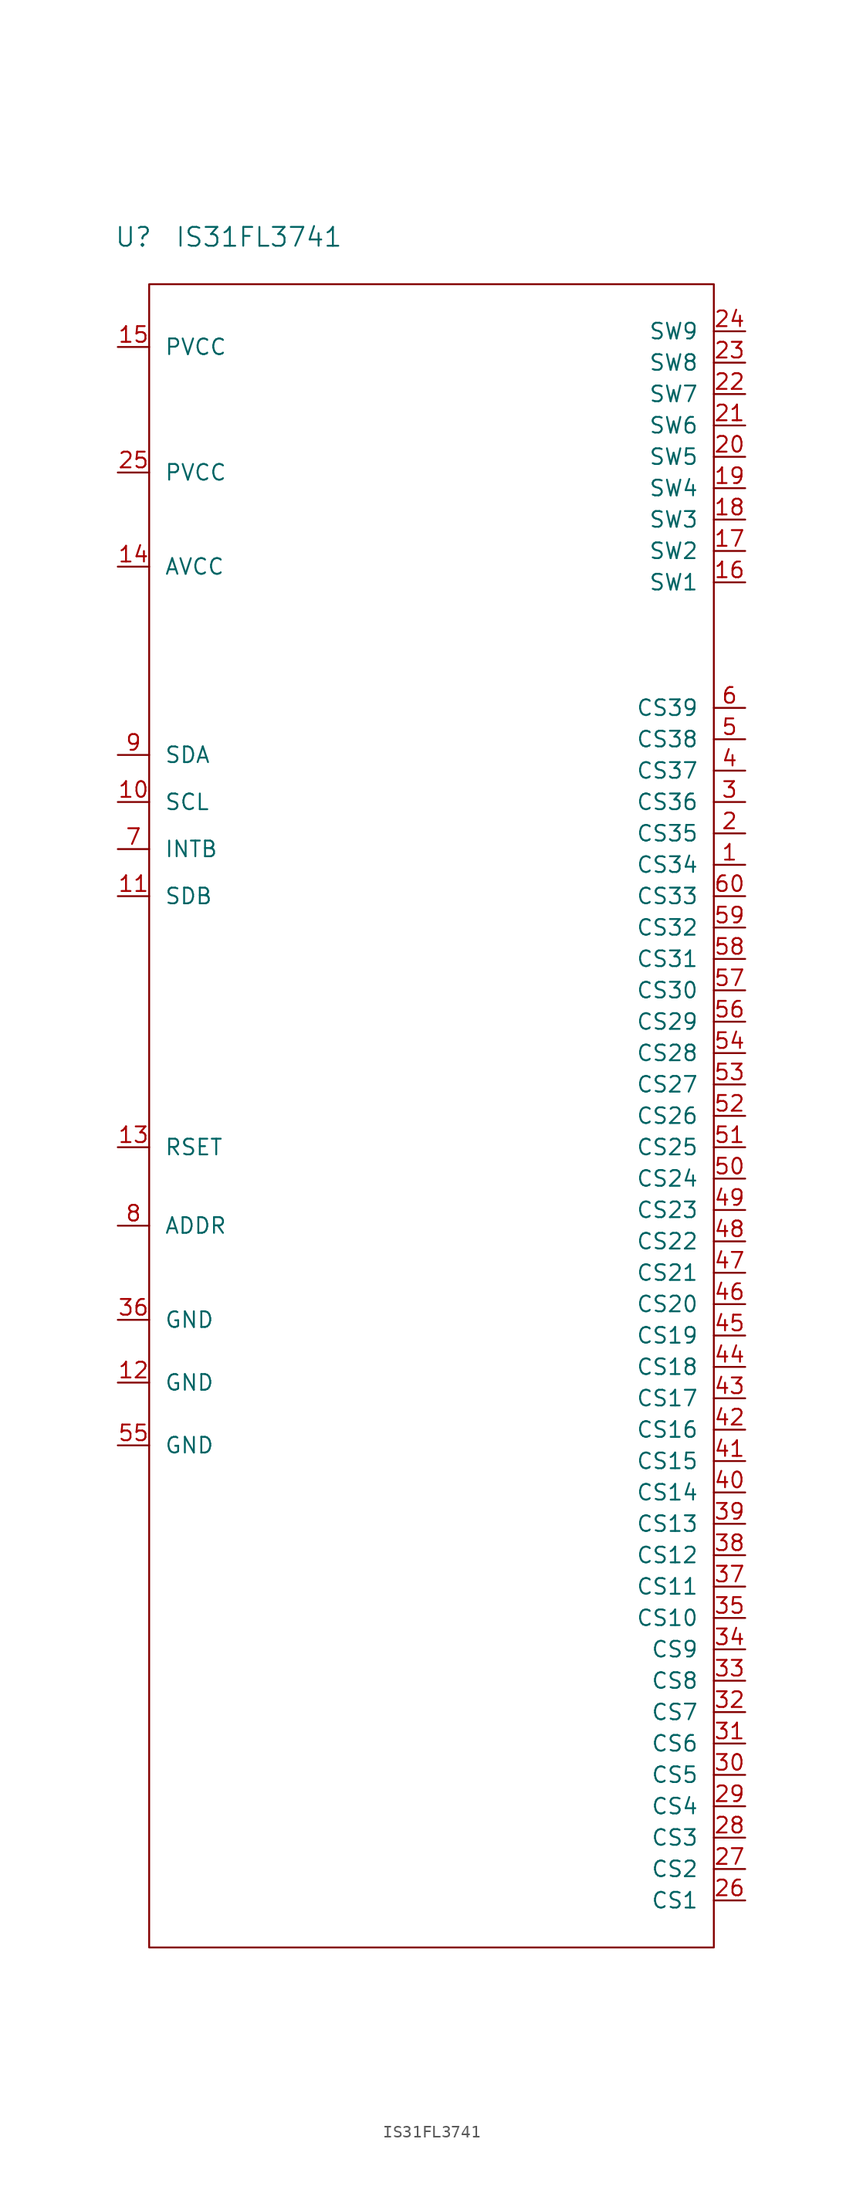
<source format=kicad_sym>
(kicad_symbol_lib
  (version 20201005)
  (generator kicad_symbol_editor)
  (symbol "IS31FL3741"
    (pin_names
      (offset 1.219))
    (property "Reference" "U"
      (at -25.4 58.42 0)
      (effects (font (size 1.524 1.524))))
    (property "Value" "IS31FL3741"
      (at -15.24 58.42 0)
      (effects (font (size 1.524 1.524))))
    (symbol "IS31FL3741_0_1"
      (rectangle (start -24.13 54.61) (end 21.59 -80.01) (stroke (width 0)) (fill (type none))))
    (symbol "IS31FL3741_1_1"
      (pin passive line (at 24.13 7.62 180) (length 2.54) (name "CS34" (effects (font (size 1.27 1.27)))) (number "1" (effects (font (size 1.27 1.27)))))
      (pin input line (at -26.67 12.7 0) (length 2.54) (name "SCL" (effects (font (size 1.27 1.27)))) (number "10" (effects (font (size 1.27 1.27)))))
      (pin input line (at -26.67 5.08 0) (length 2.54) (name "SDB" (effects (font (size 1.27 1.27)))) (number "11" (effects (font (size 1.27 1.27)))))
      (pin input line (at -26.67 -34.29 0) (length 2.54) (name "GND" (effects (font (size 1.27 1.27)))) (number "12" (effects (font (size 1.27 1.27)))))
      (pin input line (at -26.67 -15.24 0) (length 2.54) (name "RSET" (effects (font (size 1.27 1.27)))) (number "13" (effects (font (size 1.27 1.27)))))
      (pin power_in line (at -26.67 31.75 0) (length 2.54) (name "AVCC" (effects (font (size 1.27 1.27)))) (number "14" (effects (font (size 1.27 1.27)))))
      (pin power_in line (at -26.67 49.53 0) (length 2.54) (name "PVCC" (effects (font (size 1.27 1.27)))) (number "15" (effects (font (size 1.27 1.27)))))
      (pin passive line (at 24.13 30.48 180) (length 2.54) (name "SW1" (effects (font (size 1.27 1.27)))) (number "16" (effects (font (size 1.27 1.27)))))
      (pin passive line (at 24.13 33.02 180) (length 2.54) (name "SW2" (effects (font (size 1.27 1.27)))) (number "17" (effects (font (size 1.27 1.27)))))
      (pin passive line (at 24.13 35.56 180) (length 2.54) (name "SW3" (effects (font (size 1.27 1.27)))) (number "18" (effects (font (size 1.27 1.27)))))
      (pin passive line (at 24.13 38.1 180) (length 2.54) (name "SW4" (effects (font (size 1.27 1.27)))) (number "19" (effects (font (size 1.27 1.27)))))
      (pin passive line (at 24.13 10.16 180) (length 2.54) (name "CS35" (effects (font (size 1.27 1.27)))) (number "2" (effects (font (size 1.27 1.27)))))
      (pin passive line (at 24.13 40.64 180) (length 2.54) (name "SW5" (effects (font (size 1.27 1.27)))) (number "20" (effects (font (size 1.27 1.27)))))
      (pin passive line (at 24.13 43.18 180) (length 2.54) (name "SW6" (effects (font (size 1.27 1.27)))) (number "21" (effects (font (size 1.27 1.27)))))
      (pin passive line (at 24.13 45.72 180) (length 2.54) (name "SW7" (effects (font (size 1.27 1.27)))) (number "22" (effects (font (size 1.27 1.27)))))
      (pin passive line (at 24.13 48.26 180) (length 2.54) (name "SW8" (effects (font (size 1.27 1.27)))) (number "23" (effects (font (size 1.27 1.27)))))
      (pin passive line (at 24.13 50.8 180) (length 2.54) (name "SW9" (effects (font (size 1.27 1.27)))) (number "24" (effects (font (size 1.27 1.27)))))
      (pin power_in line (at -26.67 39.37 0) (length 2.54) (name "PVCC" (effects (font (size 1.27 1.27)))) (number "25" (effects (font (size 1.27 1.27)))))
      (pin passive line (at 24.13 -76.2 180) (length 2.54) (name "CS1" (effects (font (size 1.27 1.27)))) (number "26" (effects (font (size 1.27 1.27)))))
      (pin passive line (at 24.13 -73.66 180) (length 2.54) (name "CS2" (effects (font (size 1.27 1.27)))) (number "27" (effects (font (size 1.27 1.27)))))
      (pin passive line (at 24.13 -71.12 180) (length 2.54) (name "CS3" (effects (font (size 1.27 1.27)))) (number "28" (effects (font (size 1.27 1.27)))))
      (pin passive line (at 24.13 -68.58 180) (length 2.54) (name "CS4" (effects (font (size 1.27 1.27)))) (number "29" (effects (font (size 1.27 1.27)))))
      (pin passive line (at 24.13 12.7 180) (length 2.54) (name "CS36" (effects (font (size 1.27 1.27)))) (number "3" (effects (font (size 1.27 1.27)))))
      (pin passive line (at 24.13 -66.04 180) (length 2.54) (name "CS5" (effects (font (size 1.27 1.27)))) (number "30" (effects (font (size 1.27 1.27)))))
      (pin passive line (at 24.13 -63.5 180) (length 2.54) (name "CS6" (effects (font (size 1.27 1.27)))) (number "31" (effects (font (size 1.27 1.27)))))
      (pin passive line (at 24.13 -60.96 180) (length 2.54) (name "CS7" (effects (font (size 1.27 1.27)))) (number "32" (effects (font (size 1.27 1.27)))))
      (pin passive line (at 24.13 -58.42 180) (length 2.54) (name "CS8" (effects (font (size 1.27 1.27)))) (number "33" (effects (font (size 1.27 1.27)))))
      (pin passive line (at 24.13 -55.88 180) (length 2.54) (name "CS9" (effects (font (size 1.27 1.27)))) (number "34" (effects (font (size 1.27 1.27)))))
      (pin passive line (at 24.13 -53.34 180) (length 2.54) (name "CS10" (effects (font (size 1.27 1.27)))) (number "35" (effects (font (size 1.27 1.27)))))
      (pin input line (at -26.67 -29.21 0) (length 2.54) (name "GND" (effects (font (size 1.27 1.27)))) (number "36" (effects (font (size 1.27 1.27)))))
      (pin passive line (at 24.13 -50.8 180) (length 2.54) (name "CS11" (effects (font (size 1.27 1.27)))) (number "37" (effects (font (size 1.27 1.27)))))
      (pin passive line (at 24.13 -48.26 180) (length 2.54) (name "CS12" (effects (font (size 1.27 1.27)))) (number "38" (effects (font (size 1.27 1.27)))))
      (pin passive line (at 24.13 -45.72 180) (length 2.54) (name "CS13" (effects (font (size 1.27 1.27)))) (number "39" (effects (font (size 1.27 1.27)))))
      (pin passive line (at 24.13 15.24 180) (length 2.54) (name "CS37" (effects (font (size 1.27 1.27)))) (number "4" (effects (font (size 1.27 1.27)))))
      (pin passive line (at 24.13 -43.18 180) (length 2.54) (name "CS14" (effects (font (size 1.27 1.27)))) (number "40" (effects (font (size 1.27 1.27)))))
      (pin passive line (at 24.13 -40.64 180) (length 2.54) (name "CS15" (effects (font (size 1.27 1.27)))) (number "41" (effects (font (size 1.27 1.27)))))
      (pin passive line (at 24.13 -38.1 180) (length 2.54) (name "CS16" (effects (font (size 1.27 1.27)))) (number "42" (effects (font (size 1.27 1.27)))))
      (pin passive line (at 24.13 -35.56 180) (length 2.54) (name "CS17" (effects (font (size 1.27 1.27)))) (number "43" (effects (font (size 1.27 1.27)))))
      (pin passive line (at 24.13 -33.02 180) (length 2.54) (name "CS18" (effects (font (size 1.27 1.27)))) (number "44" (effects (font (size 1.27 1.27)))))
      (pin passive line (at 24.13 -30.48 180) (length 2.54) (name "CS19" (effects (font (size 1.27 1.27)))) (number "45" (effects (font (size 1.27 1.27)))))
      (pin passive line (at 24.13 -27.94 180) (length 2.54) (name "CS20" (effects (font (size 1.27 1.27)))) (number "46" (effects (font (size 1.27 1.27)))))
      (pin passive line (at 24.13 -25.4 180) (length 2.54) (name "CS21" (effects (font (size 1.27 1.27)))) (number "47" (effects (font (size 1.27 1.27)))))
      (pin passive line (at 24.13 -22.86 180) (length 2.54) (name "CS22" (effects (font (size 1.27 1.27)))) (number "48" (effects (font (size 1.27 1.27)))))
      (pin passive line (at 24.13 -20.32 180) (length 2.54) (name "CS23" (effects (font (size 1.27 1.27)))) (number "49" (effects (font (size 1.27 1.27)))))
      (pin passive line (at 24.13 17.78 180) (length 2.54) (name "CS38" (effects (font (size 1.27 1.27)))) (number "5" (effects (font (size 1.27 1.27)))))
      (pin passive line (at 24.13 -17.78 180) (length 2.54) (name "CS24" (effects (font (size 1.27 1.27)))) (number "50" (effects (font (size 1.27 1.27)))))
      (pin passive line (at 24.13 -15.24 180) (length 2.54) (name "CS25" (effects (font (size 1.27 1.27)))) (number "51" (effects (font (size 1.27 1.27)))))
      (pin passive line (at 24.13 -12.7 180) (length 2.54) (name "CS26" (effects (font (size 1.27 1.27)))) (number "52" (effects (font (size 1.27 1.27)))))
      (pin passive line (at 24.13 -10.16 180) (length 2.54) (name "CS27" (effects (font (size 1.27 1.27)))) (number "53" (effects (font (size 1.27 1.27)))))
      (pin passive line (at 24.13 -7.62 180) (length 2.54) (name "CS28" (effects (font (size 1.27 1.27)))) (number "54" (effects (font (size 1.27 1.27)))))
      (pin input line (at -26.67 -39.37 0) (length 2.54) (name "GND" (effects (font (size 1.27 1.27)))) (number "55" (effects (font (size 1.27 1.27)))))
      (pin passive line (at 24.13 -5.08 180) (length 2.54) (name "CS29" (effects (font (size 1.27 1.27)))) (number "56" (effects (font (size 1.27 1.27)))))
      (pin passive line (at 24.13 -2.54 180) (length 2.54) (name "CS30" (effects (font (size 1.27 1.27)))) (number "57" (effects (font (size 1.27 1.27)))))
      (pin passive line (at 24.13 0 180) (length 2.54) (name "CS31" (effects (font (size 1.27 1.27)))) (number "58" (effects (font (size 1.27 1.27)))))
      (pin passive line (at 24.13 2.54 180) (length 2.54) (name "CS32" (effects (font (size 1.27 1.27)))) (number "59" (effects (font (size 1.27 1.27)))))
      (pin passive line (at 24.13 20.32 180) (length 2.54) (name "CS39" (effects (font (size 1.27 1.27)))) (number "6" (effects (font (size 1.27 1.27)))))
      (pin passive line (at 24.13 5.08 180) (length 2.54) (name "CS33" (effects (font (size 1.27 1.27)))) (number "60" (effects (font (size 1.27 1.27)))))
      (pin output line (at -26.67 8.89 0) (length 2.54) (name "INTB" (effects (font (size 1.27 1.27)))) (number "7" (effects (font (size 1.27 1.27)))))
      (pin input line (at -26.67 -21.59 0) (length 2.54) (name "ADDR" (effects (font (size 1.27 1.27)))) (number "8" (effects (font (size 1.27 1.27)))))
      (pin input line (at -26.67 16.51 0) (length 2.54) (name "SDA" (effects (font (size 1.27 1.27)))) (number "9" (effects (font (size 1.27 1.27))))))))
</source>
